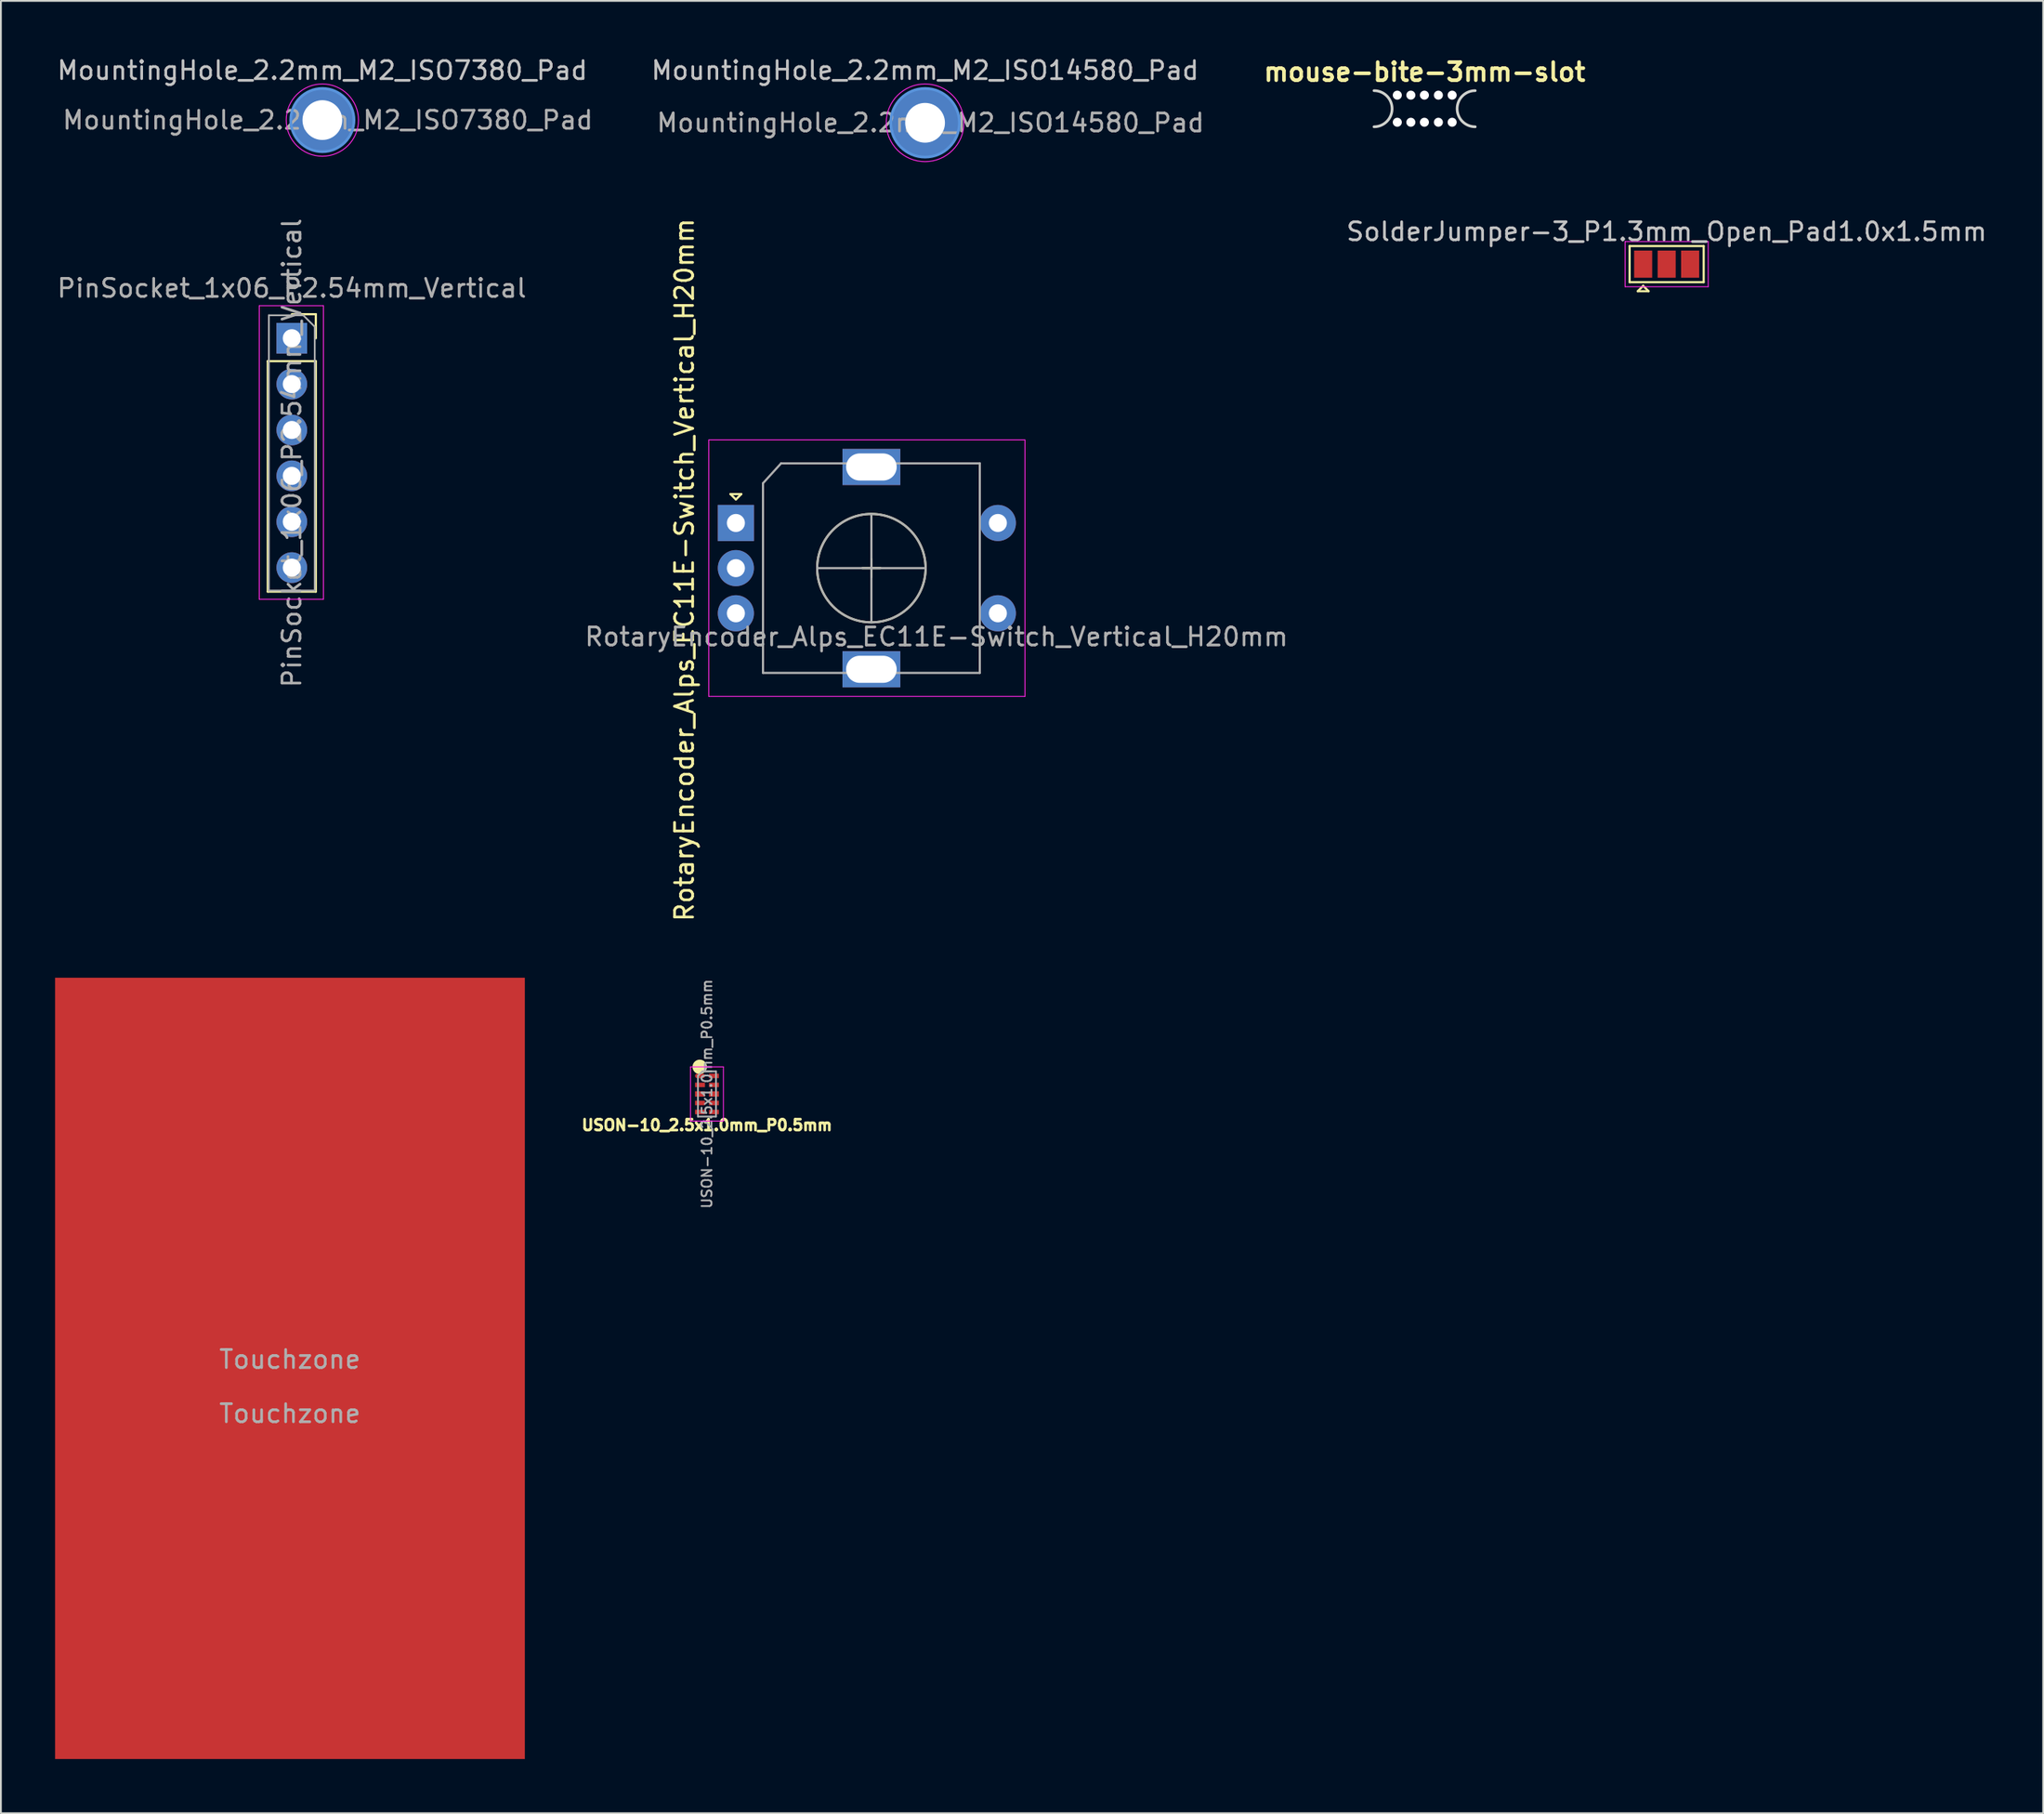
<source format=kicad_pcb>
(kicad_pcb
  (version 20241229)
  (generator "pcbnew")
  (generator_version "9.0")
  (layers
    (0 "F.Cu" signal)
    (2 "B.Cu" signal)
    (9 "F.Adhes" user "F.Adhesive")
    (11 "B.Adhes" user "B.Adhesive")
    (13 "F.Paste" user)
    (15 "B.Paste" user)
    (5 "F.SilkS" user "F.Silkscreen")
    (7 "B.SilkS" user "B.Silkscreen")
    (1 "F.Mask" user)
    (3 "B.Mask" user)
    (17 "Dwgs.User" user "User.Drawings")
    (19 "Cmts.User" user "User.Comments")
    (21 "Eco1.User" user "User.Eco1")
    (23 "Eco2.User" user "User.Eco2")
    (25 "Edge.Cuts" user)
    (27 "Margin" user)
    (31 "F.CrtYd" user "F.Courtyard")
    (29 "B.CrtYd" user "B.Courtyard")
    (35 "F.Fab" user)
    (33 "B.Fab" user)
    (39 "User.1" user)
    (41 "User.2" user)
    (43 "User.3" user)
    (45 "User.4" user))
  (footprint "RotaryEncoder_Alps_EC11E-Switch_Vertical_H20mm"
    (layer "F.Cu")
    (at 45.3 28.442)
    (property "Reference" "RotaryEncoder_Alps_EC11E-Switch_Vertical_H20mm" (at -10.47 0.059 270) (layer "F.SilkS") (effects (font (size 1 1) (thickness 0.15))))
    (attr through_hole)
    (fp_line (start -7.92 -4.14) (end -7.32 -4.14) (stroke (width 0.12) (type solid)) (layer "F.SilkS"))
    (fp_line (start -7.62 -3.84) (end -7.92 -4.14) (stroke (width 0.12) (type solid)) (layer "F.SilkS"))
    (fp_line (start -7.32 -4.14) (end -7.62 -3.84) (stroke (width 0.12) (type solid)) (layer "F.SilkS"))
    (fp_line (start -0.62 -0.04) (end 0.38 -0.04) (stroke (width 0.12) (type solid)) (layer "F.SilkS"))
    (fp_line (start -0.12 -0.54) (end -0.12 0.46) (stroke (width 0.12) (type solid)) (layer "F.SilkS"))
    (fp_circle (center -0.12 -0.04) (end 2.88 -0.04) (stroke (width 0.12) (type solid)) (fill no) (layer "F.SilkS"))
    (fp_line (start -9.12 -7.14) (end -9.12 7.06) (stroke (width 0.05) (type solid)) (layer "F.CrtYd"))
    (fp_line (start -9.12 -7.14) (end 8.38 -7.14) (stroke (width 0.05) (type solid)) (layer "F.CrtYd"))
    (fp_line (start 8.38 7.06) (end -9.12 7.06) (stroke (width 0.05) (type solid)) (layer "F.CrtYd"))
    (fp_line (start 8.38 7.06) (end 8.38 -7.14) (stroke (width 0.05) (type solid)) (layer "F.CrtYd"))
    (fp_line (start -6.12 -4.74) (end -5.12 -5.84) (stroke (width 0.12) (type solid)) (layer "F.Fab"))
    (fp_line (start -6.12 5.76) (end -6.12 -4.74) (stroke (width 0.12) (type solid)) (layer "F.Fab"))
    (fp_line (start -5.12 -5.84) (end 5.88 -5.84) (stroke (width 0.12) (type solid)) (layer "F.Fab"))
    (fp_line (start -3.12 -0.04) (end 2.88 -0.04) (stroke (width 0.12) (type solid)) (layer "F.Fab"))
    (fp_line (start -0.12 -3.04) (end -0.12 2.96) (stroke (width 0.12) (type solid)) (layer "F.Fab"))
    (fp_line (start 5.88 -5.84) (end 5.88 5.76) (stroke (width 0.12) (type solid)) (layer "F.Fab"))
    (fp_line (start 5.88 5.76) (end -6.12 5.76) (stroke (width 0.12) (type solid)) (layer "F.Fab"))
    (fp_circle (center -0.12 -0.04) (end 2.88 -0.04) (stroke (width 0.12) (type solid)) (fill no) (layer "F.Fab"))
    (fp_text user "${REFERENCE}" (at 3.48 3.76 0) (layer "F.Fab") (effects (font (size 1 1) (thickness 0.15))))
    (pad "A" thru_hole rect (at -7.62 -2.54) (size 2 2) (drill 1) (layers "*.Cu" "*.Mask"))
    (pad "B" thru_hole circle (at -7.62 2.46) (size 2 2) (drill 1) (layers "*.Cu" "*.Mask"))
    (pad "C" thru_hole circle (at -7.62 -0.04) (size 2 2) (drill 1) (layers "*.Cu" "*.Mask"))
    (pad "MP" thru_hole rect (at -0.12 -5.64) (size 3.2 2) (drill oval 2.8 1.5) (layers "*.Cu" "*.Mask"))
    (pad "MP" thru_hole rect (at -0.12 5.56) (size 3.2 2) (drill oval 2.8 1.5) (layers "*.Cu" "*.Mask"))
    (pad "S1" thru_hole circle (at 6.88 2.46) (size 2 2) (drill 1) (layers "*.Cu" "*.Mask"))
    (pad "S2" thru_hole circle (at 6.88 -2.54) (size 2 2) (drill 1) (layers "*.Cu" "*.Mask")))
  (footprint "PinSocket_1x06_P2.54mm_Vertical"
    (layer "F.Cu")
    (at 13.101 22.024)
    (property "Reference" "PinSocket_1x06_P2.54mm_Vertical" (at 0 -9.12 0) (layer "F.Fab") (effects (font (size 1 1) (thickness 0.15))))
    (attr through_hole)
    (fp_line (start -1.33 -5.08) (end -1.33 7.68) (stroke (width 0.12) (type solid)) (layer "F.SilkS"))
    (fp_line (start -1.33 -5.08) (end 1.33 -5.08) (stroke (width 0.12) (type solid)) (layer "F.SilkS"))
    (fp_line (start -1.33 7.68) (end 1.33 7.68) (stroke (width 0.12) (type solid)) (layer "F.SilkS"))
    (fp_line (start 0 -7.68) (end 1.33 -7.68) (stroke (width 0.12) (type solid)) (layer "F.SilkS"))
    (fp_line (start 1.33 -7.68) (end 1.33 -6.35) (stroke (width 0.12) (type solid)) (layer "F.SilkS"))
    (fp_line (start 1.33 -5.08) (end 1.33 7.68) (stroke (width 0.12) (type solid)) (layer "F.SilkS"))
    (fp_line (start -1.8 -8.15) (end 1.75 -8.15) (stroke (width 0.05) (type solid)) (layer "F.CrtYd"))
    (fp_line (start -1.8 8.1) (end -1.8 -8.15) (stroke (width 0.05) (type solid)) (layer "F.CrtYd"))
    (fp_line (start 1.75 -8.15) (end 1.75 8.1) (stroke (width 0.05) (type solid)) (layer "F.CrtYd"))
    (fp_line (start 1.75 8.1) (end -1.8 8.1) (stroke (width 0.05) (type solid)) (layer "F.CrtYd"))
    (fp_line (start -1.27 -7.62) (end 0.635 -7.62) (stroke (width 0.1) (type solid)) (layer "F.Fab"))
    (fp_line (start -1.27 7.62) (end -1.27 -7.62) (stroke (width 0.1) (type solid)) (layer "F.Fab"))
    (fp_line (start 0.635 -7.62) (end 1.27 -6.985) (stroke (width 0.1) (type solid)) (layer "F.Fab"))
    (fp_line (start 1.27 -6.985) (end 1.27 7.62) (stroke (width 0.1) (type solid)) (layer "F.Fab"))
    (fp_line (start 1.27 7.62) (end -1.27 7.62) (stroke (width 0.1) (type solid)) (layer "F.Fab"))
    (fp_text user "${REFERENCE}" (at 0 0 90) (layer "F.Fab") (effects (font (size 1 1) (thickness 0.15))))
    (pad "1" thru_hole rect (at 0 -6.35) (size 1.7 1.7) (drill 1) (layers "*.Cu" "*.Mask"))
    (pad "2" thru_hole oval (at 0 -3.81) (size 1.7 1.7) (drill 1) (layers "*.Cu" "*.Mask"))
    (pad "3" thru_hole oval (at 0 -1.27) (size 1.7 1.7) (drill 1) (layers "*.Cu" "*.Mask"))
    (pad "4" thru_hole oval (at 0 1.27) (size 1.7 1.7) (drill 1) (layers "*.Cu" "*.Mask"))
    (pad "5" thru_hole oval (at 0 3.81) (size 1.7 1.7) (drill 1) (layers "*.Cu" "*.Mask"))
    (pad "6" thru_hole oval (at 0 6.35) (size 1.7 1.7) (drill 1) (layers "*.Cu" "*.Mask")))
  (footprint "USON-10_2.5x1.0mm_P0.5mm"
    (layer "F.Cu")
    (at 36.079 57.511)
    (property "Reference" "USON-10_2.5x1.0mm_P0.5mm" (at 0 1.727 0) (layer "F.SilkS") (effects (font (size 0.6 0.6) (thickness 0.15))))
    (attr smd)
    (fp_circle (center -0.4 -1.5) (end -0.4 -1.5) (stroke (width 0.4) (type solid)) (fill no) (layer "F.SilkS"))
    (fp_line (start -0.91 -1.5) (end 0.91 -1.5) (stroke (width 0.05) (type solid)) (layer "F.CrtYd"))
    (fp_line (start -0.91 1.5) (end -0.91 -1.5) (stroke (width 0.05) (type solid)) (layer "F.CrtYd"))
    (fp_line (start 0.91 -1.5) (end 0.91 1.5) (stroke (width 0.05) (type solid)) (layer "F.CrtYd"))
    (fp_line (start 0.91 1.5) (end -0.91 1.5) (stroke (width 0.05) (type solid)) (layer "F.CrtYd"))
    (fp_line (start -0.5 -1) (end -0.5 1.25) (stroke (width 0.1) (type solid)) (layer "F.Fab"))
    (fp_line (start -0.5 1.25) (end 0.5 1.25) (stroke (width 0.1) (type solid)) (layer "F.Fab"))
    (fp_line (start -0.25 -1.25) (end -0.5 -1) (stroke (width 0.1) (type solid)) (layer "F.Fab"))
    (fp_line (start 0.5 -1.25) (end -0.25 -1.25) (stroke (width 0.1) (type solid)) (layer "F.Fab"))
    (fp_line (start 0.5 -1.25) (end 0.5 1.25) (stroke (width 0.1) (type solid)) (layer "F.Fab"))
    (fp_text user "${REFERENCE}" (at 0 0 90) (layer "F.Fab") (effects (font (size 0.55 0.55) (thickness 0.1))))
    (pad "1" smd roundrect (at -0.385 -1 270) (size 0.25 0.55) (layers "F.Cu" "F.Mask" "F.Paste") (roundrect_rratio 0.5))
    (pad "2" smd rect (at -0.385 -0.5 270) (size 0.25 0.55) (layers "F.Cu" "F.Mask" "F.Paste"))
    (pad "3" smd rect (at -0.385 0 270) (size 0.3 0.55) (layers "F.Cu" "F.Mask" "F.Paste"))
    (pad "4" smd rect (at -0.385 0.5 270) (size 0.25 0.55) (layers "F.Cu" "F.Mask" "F.Paste"))
    (pad "5" smd rect (at -0.385 1 270) (size 0.25 0.55) (layers "F.Cu" "F.Mask" "F.Paste"))
    (pad "6" smd rect (at 0.385 1 270) (size 0.25 0.55) (layers "F.Cu" "F.Mask" "F.Paste"))
    (pad "7" smd rect (at 0.385 0.5 270) (size 0.25 0.55) (layers "F.Cu" "F.Mask" "F.Paste"))
    (pad "8" smd rect (at 0.385 0 270) (size 0.3 0.55) (layers "F.Cu" "F.Mask" "F.Paste"))
    (pad "9" smd rect (at 0.385 -0.5 270) (size 0.25 0.55) (layers "F.Cu" "F.Mask" "F.Paste"))
    (pad "10" smd rect (at 0.385 -1 270) (size 0.25 0.55) (layers "F.Cu" "F.Mask" "F.Paste")))
  (footprint "Touchzone"
    (layer "F.Cu")
    (at 13 72.703)
    (property "Reference" "Touchzone" (at 0 -0.5 0) (unlocked yes) (layer "F.Fab") (effects (font (size 1 1) (thickness 0.15))))
    (attr smd)
    (fp_text user "${REFERENCE}" (at 0 2.5 0) (unlocked yes) (layer "F.Fab") (effects (font (size 1 1) (thickness 0.15))))
    (pad "1" smd rect (at 0 0) (size 26 43.25) (layers "F.Cu")))
  (footprint "MountingHole_2.2mm_M2_ISO7380_Pad"
    (layer "F.Cu")
    (at 14.792 3.598)
    (property "Reference" "MountingHole_2.2mm_M2_ISO7380_Pad" (at 0 -2.75 0) (layer "Dwgs.User") (effects (font (size 1 1) (thickness 0.15))))
    (attr exclude_from_pos_files exclude_from_bom)
    (fp_circle (center 0 0) (end 1.75 0) (stroke (width 0.15) (type solid)) (fill no) (layer "Cmts.User"))
    (fp_circle (center 0 0) (end 2 0) (stroke (width 0.05) (type solid)) (fill no) (layer "F.CrtYd"))
    (fp_text user "${REFERENCE}" (at 0.3 0 0) (layer "F.Fab") (effects (font (size 1 1) (thickness 0.15))))
    (pad "1" thru_hole circle (at 0 0) (size 3.5 3.5) (drill 2.2) (layers "*.Cu" "*.Mask")))
  (footprint "mouse-bite-3mm-slot"
    (layer "F.Cu")
    (at 75.8 2.968)
    (property "Reference" "mouse-bite-3mm-slot" (at 0 -2.032 0) (layer "F.SilkS") (effects (font (size 1 1) (thickness 0.2))))
    (attr through_hole)
    (fp_arc (start -2.8 -1) (mid -1.8 0) (end -2.8 1) (stroke (width 0.15) (type solid)) (layer "Edge.Cuts"))
    (fp_arc (start 2.8 1) (mid 1.8 0) (end 2.8 -1) (stroke (width 0.15) (type solid)) (layer "Edge.Cuts"))
    (pad "" np_thru_hole circle (at -1.512 -0.75) (size 0.5 0.5) (drill 0.5) (layers "*.Cu" "*.Mask"))
    (pad "" np_thru_hole circle (at -1.512 0.75) (size 0.5 0.5) (drill 0.5) (layers "*.Cu" "*.Mask"))
    (pad "" np_thru_hole circle (at -0.762 -0.75) (size 0.5 0.5) (drill 0.5) (layers "*.Cu" "*.Mask"))
    (pad "" np_thru_hole circle (at -0.762 0.75) (size 0.5 0.5) (drill 0.5) (layers "*.Cu" "*.Mask"))
    (pad "" np_thru_hole circle (at -0.012 -0.75) (size 0.5 0.5) (drill 0.5) (layers "*.Cu" "*.Mask"))
    (pad "" np_thru_hole circle (at -0.012 0.75) (size 0.5 0.5) (drill 0.5) (layers "*.Cu" "*.Mask"))
    (pad "" np_thru_hole circle (at 0.762 -0.75) (size 0.5 0.5) (drill 0.5) (layers "*.Cu" "*.Mask"))
    (pad "" np_thru_hole circle (at 0.762 0.75) (size 0.5 0.5) (drill 0.5) (layers "*.Cu" "*.Mask"))
    (pad "" np_thru_hole circle (at 1.524 -0.75) (size 0.5 0.5) (drill 0.5) (layers "*.Cu" "*.Mask"))
    (pad "" np_thru_hole circle (at 1.524 0.75) (size 0.5 0.5) (drill 0.5) (layers "*.Cu" "*.Mask")))
  (footprint "SolderJumper-3_P1.3mm_Open_Pad1.0x1.5mm"
    (layer "F.Cu")
    (at 89.196 11.572)
    (property "Reference" "SolderJumper-3_P1.3mm_Open_Pad1.0x1.5mm" (at 0 -1.8 0) (layer "Dwgs.User") (effects (font (size 1 1) (thickness 0.15))))
    (attr exclude_from_pos_files exclude_from_bom)
    (fp_line (start -2.05 -1) (end 2.05 -1) (stroke (width 0.12) (type solid)) (layer "F.SilkS"))
    (fp_line (start -2.05 1) (end -2.05 -1) (stroke (width 0.12) (type solid)) (layer "F.SilkS"))
    (fp_line (start -1.6 1.5) (end -1 1.5) (stroke (width 0.12) (type solid)) (layer "F.SilkS"))
    (fp_line (start -1.3 1.2) (end -1.6 1.5) (stroke (width 0.12) (type solid)) (layer "F.SilkS"))
    (fp_line (start -1.3 1.2) (end -1 1.5) (stroke (width 0.12) (type solid)) (layer "F.SilkS"))
    (fp_line (start 2.05 -1) (end 2.05 1) (stroke (width 0.12) (type solid)) (layer "F.SilkS"))
    (fp_line (start 2.05 1) (end -2.05 1) (stroke (width 0.12) (type solid)) (layer "F.SilkS"))
    (fp_line (start -2.3 -1.25) (end -2.3 1.25) (stroke (width 0.05) (type solid)) (layer "F.CrtYd"))
    (fp_line (start -2.3 -1.25) (end 2.3 -1.25) (stroke (width 0.05) (type solid)) (layer "F.CrtYd"))
    (fp_line (start 2.3 1.25) (end -2.3 1.25) (stroke (width 0.05) (type solid)) (layer "F.CrtYd"))
    (fp_line (start 2.3 1.25) (end 2.3 -1.25) (stroke (width 0.05) (type solid)) (layer "F.CrtYd"))
    (pad "1" smd rect (at -1.3 0) (size 1 1.5) (layers "F.Cu" "F.Mask"))
    (pad "2" smd rect (at 0 0) (size 1 1.5) (layers "F.Cu" "F.Mask"))
    (pad "3" smd rect (at 1.3 0) (size 1 1.5) (layers "F.Cu" "F.Mask")))
  (footprint "MountingHole_2.2mm_M2_ISO14580_Pad"
    (layer "F.Cu")
    (at 48.151 3.748)
    (property "Reference" "MountingHole_2.2mm_M2_ISO14580_Pad" (at 0 -2.9 0) (layer "Dwgs.User") (effects (font (size 1 1) (thickness 0.15))))
    (attr exclude_from_pos_files exclude_from_bom)
    (fp_circle (center 0 0) (end 1.9 0) (stroke (width 0.15) (type solid)) (fill no) (layer "Cmts.User"))
    (fp_circle (center 0 0) (end 2.15 0) (stroke (width 0.05) (type solid)) (fill no) (layer "F.CrtYd"))
    (fp_text user "${REFERENCE}" (at 0.3 0 0) (layer "F.Fab") (effects (font (size 1 1) (thickness 0.15))))
    (pad "1" thru_hole circle (at 0 0) (size 3.8 3.8) (drill 2.2) (layers "*.Cu" "*.Mask")))
  (gr_rect
    (start -3 -3)
    (end 110.036 97.328)
    (stroke (width 0.1) (type default))
    (fill no)
    (layer "Edge.Cuts")))
</source>
